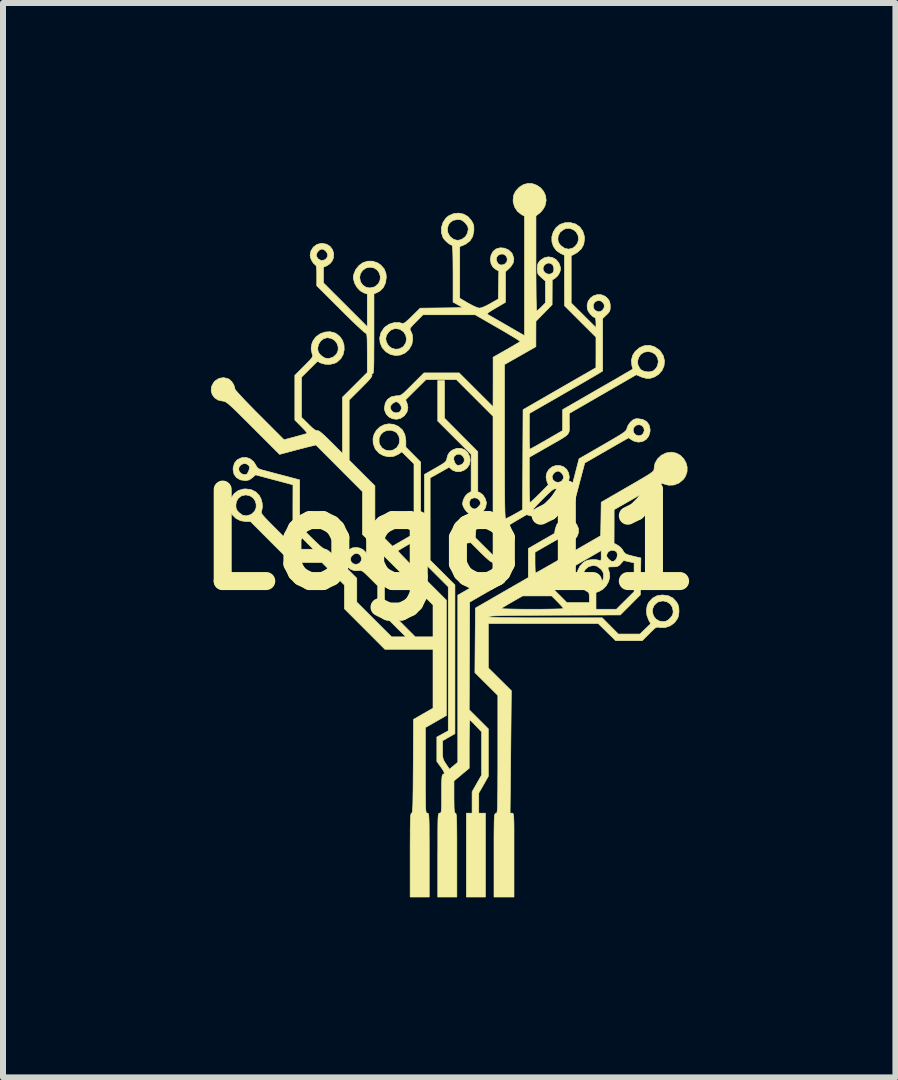
<source format=kicad_pcb>
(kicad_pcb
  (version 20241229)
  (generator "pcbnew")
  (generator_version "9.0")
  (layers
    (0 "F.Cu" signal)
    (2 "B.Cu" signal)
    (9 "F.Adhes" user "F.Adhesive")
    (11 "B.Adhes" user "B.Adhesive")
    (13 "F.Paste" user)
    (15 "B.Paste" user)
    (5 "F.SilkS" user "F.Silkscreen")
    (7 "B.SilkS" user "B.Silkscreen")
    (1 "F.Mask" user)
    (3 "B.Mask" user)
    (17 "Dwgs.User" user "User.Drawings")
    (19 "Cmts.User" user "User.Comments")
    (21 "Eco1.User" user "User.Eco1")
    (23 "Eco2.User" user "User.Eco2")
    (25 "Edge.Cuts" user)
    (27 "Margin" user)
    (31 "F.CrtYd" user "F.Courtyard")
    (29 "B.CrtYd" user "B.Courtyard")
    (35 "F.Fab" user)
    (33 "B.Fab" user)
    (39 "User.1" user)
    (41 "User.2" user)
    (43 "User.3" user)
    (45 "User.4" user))
  (footprint "Logo11"
    (layer "F.Cu")
    (at 4.434 5.941)
    (property "Reference" "Logo11" (at 0 0 0) (layer "F.SilkS") (effects (font (size 1.524 1.524) (thickness 0.3))))
    (attr through_hole)
    (fp_poly (pts (xy -0.079 -2.025) (xy 0.198 -1.746) (xy 0.476 -1.466) (xy 0.476 -0.799) (xy 0.516 -0.781) (xy 0.561 -0.746) (xy 0.597 -0.691) (xy 0.617 -0.63) (xy 0.619 -0.606) (xy 0.605 -0.534) (xy 0.567 -0.476) (xy 0.512 -0.434) (xy 0.445 -0.414) (xy 0.374 -0.418) (xy 0.334 -0.433) (xy 0.293 -0.465) (xy 0.255 -0.513) (xy 0.229 -0.565) (xy 0.222 -0.598) (xy 0.228 -0.632) (xy 0.336 -0.632) (xy 0.336 -0.584) (xy 0.358 -0.542) (xy 0.369 -0.533) (xy 0.41 -0.511) (xy 0.445 -0.515) (xy 0.484 -0.546) (xy 0.485 -0.547) (xy 0.516 -0.586) (xy 0.521 -0.621) (xy 0.5 -0.662) (xy 0.499 -0.663) (xy 0.462 -0.691) (xy 0.415 -0.698) (xy 0.37 -0.683) (xy 0.358 -0.674) (xy 0.336 -0.632) (xy 0.228 -0.632) (xy 0.234 -0.662) (xy 0.265 -0.723) (xy 0.307 -0.768) (xy 0.317 -0.774) (xy 0.365 -0.802) (xy 0.365 -1.111) (xy 0.365 -1.421) (xy 0.087 -1.699) (xy -0.191 -1.976) (xy -0.191 -2.651) (xy -0.079 -2.651) (xy -0.079 -2.025)) (stroke (width 0.01) (type solid)) (fill yes) (layer "F.SilkS"))
    (fp_poly (pts (xy 3.782 -1.442) (xy 3.85 -1.405) (xy 3.905 -1.35) (xy 3.944 -1.283) (xy 3.964 -1.208) (xy 3.962 -1.129) (xy 3.934 -1.053) (xy 3.901 -1.005) (xy 3.828 -0.944) (xy 3.745 -0.911) (xy 3.656 -0.907) (xy 3.582 -0.927) (xy 3.566 -0.933) (xy 3.55 -0.936) (xy 3.532 -0.934) (xy 3.506 -0.926) (xy 3.471 -0.911) (xy 3.423 -0.886) (xy 3.358 -0.85) (xy 3.273 -0.802) (xy 3.164 -0.739) (xy 3.138 -0.724) (xy 2.747 -0.5) (xy 2.747 -0.22) (xy 2.746 0.06) (xy 2.804 0.091) (xy 2.85 0.124) (xy 2.888 0.168) (xy 2.891 0.175) (xy 2.909 0.206) (xy 2.928 0.227) (xy 2.954 0.243) (xy 2.995 0.257) (xy 3.058 0.273) (xy 3.077 0.278) (xy 3.193 0.305) (xy 3.188 0.613) (xy 3.183 0.92) (xy 3.017 1.087) (xy 2.85 1.254) (xy 1.756 1.258) (xy 1.534 1.259) (xy 1.342 1.26) (xy 1.177 1.261) (xy 1.039 1.263) (xy 0.926 1.264) (xy 0.835 1.267) (xy 0.765 1.269) (xy 0.714 1.272) (xy 0.679 1.275) (xy 0.66 1.278) (xy 0.655 1.282) (xy 0.659 1.286) (xy 0.677 1.29) (xy 0.711 1.293) (xy 0.761 1.295) (xy 0.831 1.297) (xy 0.923 1.299) (xy 1.038 1.3) (xy 1.178 1.301) (xy 1.345 1.302) (xy 1.542 1.302) (xy 1.598 1.302) (xy 2.549 1.302) (xy 2.683 1.437) (xy 2.817 1.572) (xy 2.997 1.572) (xy 3.178 1.572) (xy 3.267 1.486) (xy 3.357 1.4) (xy 3.322 1.337) (xy 3.293 1.26) (xy 3.289 1.213) (xy 3.386 1.213) (xy 3.405 1.272) (xy 3.442 1.321) (xy 3.496 1.354) (xy 3.558 1.365) (xy 3.606 1.36) (xy 3.645 1.34) (xy 3.677 1.311) (xy 3.712 1.269) (xy 3.728 1.229) (xy 3.731 1.192) (xy 3.717 1.124) (xy 3.68 1.07) (xy 3.626 1.034) (xy 3.563 1.02) (xy 3.496 1.031) (xy 3.464 1.047) (xy 3.414 1.094) (xy 3.389 1.152) (xy 3.386 1.213) (xy 3.289 1.213) (xy 3.285 1.176) (xy 3.298 1.097) (xy 3.322 1.047) (xy 3.385 0.976) (xy 3.459 0.935) (xy 3.548 0.921) (xy 3.551 0.921) (xy 3.647 0.933) (xy 3.725 0.972) (xy 3.787 1.039) (xy 3.81 1.078) (xy 3.825 1.132) (xy 3.828 1.2) (xy 3.82 1.268) (xy 3.804 1.313) (xy 3.753 1.383) (xy 3.683 1.434) (xy 3.604 1.462) (xy 3.522 1.465) (xy 3.506 1.462) (xy 3.479 1.457) (xy 3.457 1.459) (xy 3.433 1.47) (xy 3.403 1.496) (xy 3.358 1.539) (xy 3.332 1.566) (xy 3.215 1.683) (xy 2.995 1.683) (xy 2.774 1.683) (xy 2.482 1.397) (xy 0.651 1.397) (xy 0.651 2.136) (xy 0.843 2.326) (xy 1.035 2.516) (xy 1.025 3.536) (xy 1.014 4.556) (xy 1.047 4.556) (xy 1.055 4.557) (xy 1.061 4.56) (xy 1.066 4.569) (xy 1.07 4.587) (xy 1.074 4.615) (xy 1.076 4.658) (xy 1.078 4.718) (xy 1.079 4.797) (xy 1.079 4.898) (xy 1.079 5.024) (xy 1.079 5.178) (xy 1.079 5.255) (xy 1.079 5.953) (xy 0.746 5.953) (xy 0.746 5.261) (xy 0.746 5.095) (xy 0.746 4.958) (xy 0.747 4.847) (xy 0.748 4.759) (xy 0.749 4.691) (xy 0.751 4.642) (xy 0.754 4.607) (xy 0.758 4.585) (xy 0.763 4.571) (xy 0.769 4.564) (xy 0.776 4.561) (xy 0.778 4.561) (xy 0.784 4.558) (xy 0.79 4.554) (xy 0.795 4.544) (xy 0.798 4.527) (xy 0.802 4.5) (xy 0.804 4.462) (xy 0.806 4.409) (xy 0.807 4.34) (xy 0.808 4.251) (xy 0.809 4.141) (xy 0.809 4.008) (xy 0.81 3.848) (xy 0.81 3.66) (xy 0.81 3.574) (xy 0.81 2.595) (xy 0.428 2.215) (xy 0.432 1.677) (xy 0.437 1.146) (xy 0.866 1.146) (xy 0.878 1.149) (xy 0.917 1.152) (xy 0.982 1.154) (xy 1.067 1.156) (xy 1.17 1.158) (xy 1.287 1.159) (xy 1.378 1.159) (xy 1.504 1.159) (xy 1.619 1.158) (xy 1.719 1.156) (xy 1.802 1.154) (xy 1.862 1.152) (xy 1.898 1.149) (xy 1.905 1.147) (xy 1.895 1.132) (xy 1.867 1.1) (xy 1.826 1.057) (xy 1.806 1.036) (xy 1.707 0.937) (xy 1.222 0.937) (xy 1.051 1.035) (xy 0.985 1.073) (xy 0.928 1.107) (xy 0.886 1.132) (xy 0.866 1.146) (xy 0.866 1.146) (xy 0.437 1.146) (xy 0.437 1.139) (xy 0.877 0.885) (xy 0.994 0.818) (xy 1.426 0.818) (xy 1.583 0.822) (xy 1.74 0.827) (xy 1.85 0.937) (xy 1.96 1.048) (xy 2.334 1.048) (xy 2.334 0.962) (xy 2.332 0.912) (xy 2.325 0.884) (xy 2.321 0.88) (xy 2.445 0.88) (xy 2.445 1.159) (xy 2.785 1.159) (xy 2.933 1.012) (xy 3.08 0.866) (xy 3.08 0.386) (xy 2.993 0.367) (xy 2.906 0.347) (xy 2.859 0.4) (xy 2.829 0.431) (xy 2.799 0.446) (xy 2.758 0.452) (xy 2.724 0.452) (xy 2.673 0.454) (xy 2.648 0.459) (xy 2.643 0.471) (xy 2.645 0.476) (xy 2.656 0.508) (xy 2.669 0.551) (xy 2.669 0.551) (xy 2.675 0.622) (xy 2.655 0.697) (xy 2.616 0.768) (xy 2.56 0.825) (xy 2.499 0.86) (xy 2.445 0.88) (xy 2.321 0.88) (xy 2.308 0.867) (xy 2.288 0.858) (xy 2.216 0.813) (xy 2.165 0.75) (xy 2.135 0.675) (xy 2.128 0.606) (xy 2.223 0.606) (xy 2.234 0.654) (xy 2.261 0.704) (xy 2.297 0.746) (xy 2.322 0.762) (xy 2.396 0.778) (xy 2.462 0.764) (xy 2.518 0.724) (xy 2.553 0.682) (xy 2.569 0.643) (xy 2.572 0.603) (xy 2.567 0.555) (xy 2.548 0.516) (xy 2.518 0.483) (xy 2.459 0.44) (xy 2.396 0.429) (xy 2.327 0.448) (xy 2.317 0.453) (xy 2.269 0.493) (xy 2.235 0.55) (xy 2.223 0.606) (xy 2.128 0.606) (xy 2.127 0.595) (xy 2.141 0.515) (xy 2.177 0.442) (xy 2.234 0.381) (xy 2.275 0.355) (xy 2.323 0.339) (xy 2.385 0.332) (xy 2.447 0.333) (xy 2.496 0.343) (xy 2.503 0.346) (xy 2.519 0.352) (xy 2.528 0.344) (xy 2.532 0.315) (xy 2.532 0.271) (xy 2.532 0.251) (xy 2.623 0.251) (xy 2.627 0.286) (xy 2.657 0.325) (xy 2.658 0.326) (xy 2.699 0.358) (xy 2.735 0.362) (xy 2.765 0.345) (xy 2.79 0.31) (xy 2.801 0.264) (xy 2.796 0.22) (xy 2.784 0.199) (xy 2.743 0.177) (xy 2.695 0.178) (xy 2.653 0.199) (xy 2.644 0.21) (xy 2.623 0.251) (xy 2.532 0.251) (xy 2.532 0.181) (xy 2.191 0.378) (xy 2.081 0.441) (xy 1.966 0.508) (xy 1.853 0.573) (xy 1.75 0.632) (xy 1.664 0.681) (xy 1.638 0.696) (xy 1.426 0.818) (xy 0.994 0.818) (xy 1.318 0.631) (xy 1.318 0.147) (xy 1.536 0.021) (xy 1.754 -0.104) (xy 1.765 -0.169) (xy 1.867 -0.169) (xy 1.87 -0.122) (xy 1.893 -0.083) (xy 1.922 -0.068) (xy 1.966 -0.064) (xy 2.009 -0.072) (xy 2.032 -0.087) (xy 2.051 -0.132) (xy 2.046 -0.182) (xy 2.019 -0.223) (xy 2.016 -0.225) (xy 1.975 -0.25) (xy 1.939 -0.247) (xy 1.899 -0.217) (xy 1.895 -0.214) (xy 1.867 -0.169) (xy 1.765 -0.169) (xy 1.766 -0.175) (xy 1.792 -0.251) (xy 1.841 -0.307) (xy 1.909 -0.339) (xy 1.939 -0.344) (xy 2.013 -0.34) (xy 2.072 -0.312) (xy 2.123 -0.255) (xy 2.153 -0.186) (xy 2.153 -0.114) (xy 2.127 -0.048) (xy 2.073 0.007) (xy 2.059 0.017) (xy 1.987 0.044) (xy 1.915 0.04) (xy 1.864 0.018) (xy 1.815 -0.012) (xy 1.622 0.098) (xy 1.429 0.209) (xy 1.429 0.382) (xy 1.43 0.452) (xy 1.432 0.509) (xy 1.435 0.545) (xy 1.438 0.556) (xy 1.454 0.548) (xy 1.494 0.526) (xy 1.555 0.492) (xy 1.635 0.446) (xy 1.73 0.392) (xy 1.838 0.33) (xy 1.955 0.263) (xy 1.986 0.245) (xy 2.523 -0.066) (xy 2.528 -0.345) (xy 2.532 -0.624) (xy 2.973 -0.879) (xy 3.094 -0.949) (xy 3.191 -1.006) (xy 3.266 -1.05) (xy 3.322 -1.084) (xy 3.361 -1.111) (xy 3.387 -1.131) (xy 3.403 -1.147) (xy 3.41 -1.161) (xy 3.413 -1.175) (xy 3.413 -1.186) (xy 3.428 -1.271) (xy 3.47 -1.346) (xy 3.535 -1.407) (xy 3.618 -1.446) (xy 3.619 -1.446) (xy 3.704 -1.458) (xy 3.782 -1.442)) (stroke (width 0.01) (type solid)) (fill yes) (layer "F.SilkS"))
    (fp_poly (pts (xy -2.045 -4.923) (xy -1.985 -4.886) (xy -1.944 -4.831) (xy -1.924 -4.765) (xy -1.929 -4.694) (xy -1.953 -4.639) (xy -1.99 -4.596) (xy -2.036 -4.565) (xy -2.04 -4.563) (xy -2.095 -4.54) (xy -2.095 -4.278) (xy -1.365 -3.548) (xy -1.365 -3.821) (xy -1.365 -4.093) (xy -1.42 -4.111) (xy -1.483 -4.147) (xy -1.537 -4.204) (xy -1.576 -4.273) (xy -1.596 -4.347) (xy -1.596 -4.369) (xy -1.492 -4.369) (xy -1.479 -4.298) (xy -1.442 -4.243) (xy -1.389 -4.207) (xy -1.325 -4.194) (xy -1.258 -4.207) (xy -1.229 -4.221) (xy -1.178 -4.268) (xy -1.152 -4.325) (xy -1.148 -4.386) (xy -1.166 -4.445) (xy -1.202 -4.495) (xy -1.256 -4.529) (xy -1.32 -4.54) (xy -1.387 -4.526) (xy -1.442 -4.487) (xy -1.48 -4.431) (xy -1.492 -4.369) (xy -1.596 -4.369) (xy -1.594 -4.409) (xy -1.559 -4.497) (xy -1.505 -4.566) (xy -1.437 -4.615) (xy -1.359 -4.64) (xy -1.277 -4.64) (xy -1.196 -4.613) (xy -1.143 -4.578) (xy -1.084 -4.512) (xy -1.054 -4.436) (xy -1.048 -4.374) (xy -1.061 -4.279) (xy -1.098 -4.2) (xy -1.158 -4.141) (xy -1.21 -4.113) (xy -1.254 -4.097) (xy -1.254 -3.429) (xy -1.254 -3.266) (xy -1.255 -3.131) (xy -1.255 -3.022) (xy -1.256 -2.937) (xy -1.258 -2.872) (xy -1.261 -2.826) (xy -1.264 -2.794) (xy -1.268 -2.775) (xy -1.273 -2.765) (xy -1.279 -2.762) (xy -1.28 -2.762) (xy -1.297 -2.757) (xy -1.288 -2.742) (xy -1.287 -2.729) (xy -1.3 -2.706) (xy -1.328 -2.67) (xy -1.375 -2.619) (xy -1.442 -2.551) (xy -1.469 -2.523) (xy -1.667 -2.326) (xy -1.667 -1.325) (xy -1.453 -1.111) (xy -1.238 -0.897) (xy -1.238 -0.182) (xy -1.091 -0.037) (xy -0.945 0.109) (xy -0.766 0.005) (xy -0.587 -0.098) (xy -0.587 -1.263) (xy -0.789 -1.463) (xy -0.849 -1.422) (xy -0.925 -1.388) (xy -1.008 -1.381) (xy -1.091 -1.398) (xy -1.165 -1.438) (xy -1.223 -1.5) (xy -1.234 -1.516) (xy -1.266 -1.6) (xy -1.267 -1.624) (xy -1.169 -1.624) (xy -1.158 -1.585) (xy -1.119 -1.528) (xy -1.064 -1.493) (xy -1 -1.481) (xy -0.935 -1.493) (xy -0.877 -1.53) (xy -0.869 -1.539) (xy -0.835 -1.597) (xy -0.826 -1.663) (xy -0.839 -1.726) (xy -0.874 -1.779) (xy -0.907 -1.803) (xy -0.976 -1.824) (xy -1.042 -1.819) (xy -1.099 -1.792) (xy -1.143 -1.748) (xy -1.168 -1.69) (xy -1.169 -1.624) (xy -1.267 -1.624) (xy -1.27 -1.682) (xy -1.251 -1.758) (xy -1.211 -1.825) (xy -1.155 -1.878) (xy -1.086 -1.914) (xy -1.009 -1.93) (xy -0.927 -1.922) (xy -0.846 -1.887) (xy -0.78 -1.829) (xy -0.739 -1.752) (xy -0.723 -1.655) (xy -0.723 -1.64) (xy -0.722 -1.541) (xy -0.599 -1.417) (xy -0.476 -1.293) (xy -0.476 -0.036) (xy -0.663 0.071) (xy -0.732 0.111) (xy -0.79 0.145) (xy -0.833 0.171) (xy -0.855 0.184) (xy -0.857 0.185) (xy -0.847 0.198) (xy -0.818 0.23) (xy -0.771 0.279) (xy -0.709 0.343) (xy -0.634 0.42) (xy -0.549 0.506) (xy -0.456 0.599) (xy -0.456 0.6) (xy -0.048 1.008) (xy -0.048 2.93) (xy -0.397 3.13) (xy -0.397 3.843) (xy -0.397 4.012) (xy -0.397 4.152) (xy -0.396 4.265) (xy -0.395 4.355) (xy -0.394 4.425) (xy -0.392 4.476) (xy -0.389 4.512) (xy -0.386 4.535) (xy -0.381 4.548) (xy -0.376 4.554) (xy -0.369 4.556) (xy -0.365 4.556) (xy -0.358 4.557) (xy -0.351 4.561) (xy -0.346 4.571) (xy -0.342 4.59) (xy -0.339 4.62) (xy -0.337 4.665) (xy -0.335 4.726) (xy -0.334 4.808) (xy -0.334 4.912) (xy -0.333 5.041) (xy -0.333 5.199) (xy -0.333 5.255) (xy -0.333 5.953) (xy -0.651 5.953) (xy -0.651 5.255) (xy -0.651 5.086) (xy -0.65 4.946) (xy -0.65 4.832) (xy -0.648 4.743) (xy -0.647 4.674) (xy -0.644 4.624) (xy -0.641 4.59) (xy -0.637 4.569) (xy -0.632 4.559) (xy -0.627 4.556) (xy -0.622 4.553) (xy -0.617 4.542) (xy -0.613 4.52) (xy -0.61 4.485) (xy -0.607 4.434) (xy -0.605 4.366) (xy -0.604 4.277) (xy -0.602 4.164) (xy -0.601 4.026) (xy -0.6 3.86) (xy -0.599 3.775) (xy -0.595 2.994) (xy -0.433 2.901) (xy -0.27 2.807) (xy -0.27 1.826) (xy -1.072 1.826) (xy -1.409 1.488) (xy -1.746 1.151) (xy -1.746 0.755) (xy -1.933 0.568) (xy -2.119 0.381) (xy -2.628 0.381) (xy -2.969 0.04) (xy -3.31 -0.302) (xy -3.387 -0.302) (xy -3.477 -0.316) (xy -3.553 -0.354) (xy -3.611 -0.412) (xy -3.649 -0.484) (xy -3.664 -0.565) (xy -3.662 -0.574) (xy -3.555 -0.574) (xy -3.551 -0.525) (xy -3.534 -0.487) (xy -3.502 -0.451) (xy -3.442 -0.408) (xy -3.378 -0.397) (xy -3.31 -0.417) (xy -3.292 -0.427) (xy -3.243 -0.473) (xy -3.218 -0.529) (xy -3.216 -0.59) (xy -3.234 -0.649) (xy -3.271 -0.699) (xy -3.324 -0.733) (xy -3.39 -0.746) (xy -3.458 -0.732) (xy -3.512 -0.693) (xy -3.546 -0.634) (xy -3.555 -0.574) (xy -3.662 -0.574) (xy -3.651 -0.651) (xy -3.635 -0.691) (xy -3.582 -0.768) (xy -3.512 -0.82) (xy -3.426 -0.844) (xy -3.393 -0.846) (xy -3.3 -0.834) (xy -3.225 -0.797) (xy -3.165 -0.737) (xy -3.135 -0.68) (xy -3.116 -0.61) (xy -3.112 -0.541) (xy -3.124 -0.484) (xy -3.127 -0.476) (xy -3.132 -0.464) (xy -3.131 -0.451) (xy -3.123 -0.433) (xy -3.105 -0.408) (xy -3.074 -0.372) (xy -3.029 -0.324) (xy -2.967 -0.261) (xy -2.885 -0.179) (xy -2.847 -0.141) (xy -2.548 0.159) (xy -2.405 0.159) (xy -2.263 0.159) (xy -2.604 -0.183) (xy -2.604 -0.548) (xy -2.603 -0.914) (xy -2.915 -0.997) (xy -3.226 -1.08) (xy -3.281 -1.032) (xy -3.33 -0.997) (xy -3.382 -0.985) (xy -3.399 -0.984) (xy -3.481 -0.997) (xy -3.544 -1.034) (xy -3.585 -1.09) (xy -3.601 -1.165) (xy -3.601 -1.171) (xy -3.508 -1.171) (xy -3.495 -1.131) (xy -3.462 -1.099) (xy -3.42 -1.083) (xy -3.379 -1.088) (xy -3.372 -1.092) (xy -3.356 -1.114) (xy -3.338 -1.152) (xy -3.336 -1.158) (xy -3.326 -1.198) (xy -3.332 -1.224) (xy -3.344 -1.241) (xy -3.385 -1.266) (xy -3.43 -1.266) (xy -3.472 -1.246) (xy -3.501 -1.209) (xy -3.508 -1.171) (xy -3.601 -1.171) (xy -3.599 -1.202) (xy -3.577 -1.277) (xy -3.53 -1.332) (xy -3.46 -1.365) (xy -3.457 -1.366) (xy -3.384 -1.371) (xy -3.316 -1.347) (xy -3.258 -1.299) (xy -3.226 -1.249) (xy -3.202 -1.207) (xy -3.174 -1.182) (xy -3.129 -1.165) (xy -3.117 -1.162) (xy -3.076 -1.151) (xy -3.011 -1.134) (xy -2.93 -1.112) (xy -2.838 -1.088) (xy -2.766 -1.069) (xy -2.492 -0.996) (xy -2.492 -0.23) (xy -2.298 -0.035) (xy -2.219 0.041) (xy -2.159 0.097) (xy -2.115 0.134) (xy -2.083 0.153) (xy -2.063 0.159) (xy -2.043 0.165) (xy -2.014 0.184) (xy -1.971 0.219) (xy -1.915 0.271) (xy -1.84 0.343) (xy -1.782 0.401) (xy -1.54 0.643) (xy -1.54 0.842) (xy -1.54 1.04) (xy -0.96 1.619) (xy -0.723 1.619) (xy -0.957 1.385) (xy -1.191 1.151) (xy -1.191 0.769) (xy -1.323 0.637) (xy -1.38 0.581) (xy -1.42 0.544) (xy -1.449 0.523) (xy -1.472 0.514) (xy -1.494 0.513) (xy -1.511 0.516) (xy -1.584 0.516) (xy -1.648 0.49) (xy -1.699 0.444) (xy -1.733 0.385) (xy -1.742 0.339) (xy -1.645 0.339) (xy -1.628 0.377) (xy -1.595 0.403) (xy -1.552 0.412) (xy -1.507 0.399) (xy -1.49 0.386) (xy -1.464 0.347) (xy -1.462 0.303) (xy -1.479 0.264) (xy -1.511 0.236) (xy -1.553 0.228) (xy -1.58 0.236) (xy -1.618 0.264) (xy -1.638 0.293) (xy -1.645 0.339) (xy -1.742 0.339) (xy -1.746 0.318) (xy -1.733 0.249) (xy -1.72 0.222) (xy -1.672 0.167) (xy -1.614 0.137) (xy -1.551 0.129) (xy -1.488 0.14) (xy -1.432 0.169) (xy -1.387 0.214) (xy -1.359 0.271) (xy -1.355 0.338) (xy -1.36 0.366) (xy -1.376 0.426) (xy -1.228 0.574) (xy -1.079 0.722) (xy -1.079 0.912) (xy -1.079 1.103) (xy -0.566 1.619) (xy -0.27 1.619) (xy -0.27 1.087) (xy -1.445 -0.087) (xy -1.445 -0.8) (xy -1.833 -1.189) (xy -2.221 -1.578) (xy -2.321 -1.553) (xy -2.376 -1.54) (xy -2.452 -1.52) (xy -2.538 -1.498) (xy -2.624 -1.475) (xy -2.826 -1.421) (xy -3.268 -1.863) (xy -3.38 -1.975) (xy -3.472 -2.066) (xy -3.545 -2.139) (xy -3.604 -2.195) (xy -3.65 -2.237) (xy -3.685 -2.267) (xy -3.712 -2.287) (xy -3.733 -2.299) (xy -3.751 -2.306) (xy -3.768 -2.308) (xy -3.774 -2.309) (xy -3.85 -2.326) (xy -3.909 -2.364) (xy -3.949 -2.419) (xy -3.966 -2.483) (xy -3.96 -2.55) (xy -3.927 -2.615) (xy -3.899 -2.647) (xy -3.832 -2.688) (xy -3.759 -2.7) (xy -3.685 -2.682) (xy -3.666 -2.672) (xy -3.623 -2.633) (xy -3.589 -2.579) (xy -3.572 -2.523) (xy -3.572 -2.514) (xy -3.561 -2.495) (xy -3.529 -2.457) (xy -3.478 -2.4) (xy -3.41 -2.328) (xy -3.327 -2.242) (xy -3.231 -2.144) (xy -3.162 -2.075) (xy -2.752 -1.665) (xy -2.563 -1.715) (xy -2.49 -1.735) (xy -2.429 -1.752) (xy -2.385 -1.765) (xy -2.366 -1.772) (xy -2.366 -1.772) (xy -2.374 -1.786) (xy -2.399 -1.816) (xy -2.438 -1.858) (xy -2.465 -1.886) (xy -2.572 -1.993) (xy -2.572 -2.365) (xy -2.572 -2.738) (xy -2.419 -2.891) (xy -2.358 -2.953) (xy -2.316 -2.997) (xy -2.291 -3.027) (xy -2.278 -3.05) (xy -2.276 -3.068) (xy -2.281 -3.088) (xy -2.284 -3.096) (xy -2.301 -3.18) (xy -2.299 -3.191) (xy -2.191 -3.191) (xy -2.186 -3.142) (xy -2.167 -3.104) (xy -2.137 -3.07) (xy -2.077 -3.028) (xy -2.013 -3.016) (xy -1.945 -3.037) (xy -1.926 -3.047) (xy -1.877 -3.093) (xy -1.852 -3.149) (xy -1.85 -3.209) (xy -1.868 -3.267) (xy -1.906 -3.317) (xy -1.959 -3.352) (xy -2.028 -3.365) (xy -2.03 -3.365) (xy -2.089 -3.351) (xy -2.14 -3.312) (xy -2.176 -3.257) (xy -2.191 -3.194) (xy -2.191 -3.191) (xy -2.299 -3.191) (xy -2.289 -3.262) (xy -2.269 -3.313) (xy -2.219 -3.381) (xy -2.15 -3.43) (xy -2.07 -3.459) (xy -1.985 -3.465) (xy -1.904 -3.444) (xy -1.893 -3.439) (xy -1.825 -3.388) (xy -1.778 -3.321) (xy -1.753 -3.244) (xy -1.75 -3.164) (xy -1.767 -3.086) (xy -1.806 -3.016) (xy -1.865 -2.961) (xy -1.913 -2.937) (xy -1.987 -2.921) (xy -2.068 -2.923) (xy -2.138 -2.942) (xy -2.143 -2.945) (xy -2.195 -2.972) (xy -2.328 -2.84) (xy -2.461 -2.707) (xy -2.461 -2.373) (xy -2.461 -2.039) (xy -2.343 -1.922) (xy -2.285 -1.866) (xy -2.243 -1.832) (xy -2.214 -1.816) (xy -2.197 -1.816) (xy -2.181 -1.815) (xy -2.155 -1.8) (xy -2.117 -1.769) (xy -2.064 -1.721) (xy -1.993 -1.651) (xy -1.973 -1.632) (xy -1.778 -1.437) (xy -1.778 -2.374) (xy -1.365 -2.786) (xy -1.365 -3.116) (xy -1.366 -3.235) (xy -1.367 -3.325) (xy -1.37 -3.386) (xy -1.375 -3.423) (xy -1.381 -3.436) (xy -1.383 -3.436) (xy -1.398 -3.444) (xy -1.434 -3.473) (xy -1.487 -3.521) (xy -1.557 -3.586) (xy -1.64 -3.666) (xy -1.736 -3.76) (xy -1.804 -3.828) (xy -2.207 -4.23) (xy -2.207 -4.4) (xy -2.207 -4.478) (xy -2.211 -4.53) (xy -2.217 -4.561) (xy -2.226 -4.575) (xy -2.23 -4.578) (xy -2.26 -4.602) (xy -2.288 -4.645) (xy -2.31 -4.695) (xy -2.315 -4.724) (xy -2.213 -4.724) (xy -2.185 -4.679) (xy -2.14 -4.654) (xy -2.119 -4.651) (xy -2.079 -4.661) (xy -2.06 -4.671) (xy -2.035 -4.703) (xy -2.025 -4.724) (xy -2.028 -4.764) (xy -2.052 -4.803) (xy -2.088 -4.833) (xy -2.119 -4.842) (xy -2.158 -4.829) (xy -2.192 -4.796) (xy -2.213 -4.756) (xy -2.213 -4.724) (xy -2.315 -4.724) (xy -2.318 -4.736) (xy -2.303 -4.812) (xy -2.264 -4.874) (xy -2.205 -4.918) (xy -2.133 -4.937) (xy -2.119 -4.937) (xy -2.045 -4.923)) (stroke (width 0.01) (type solid)) (fill yes) (layer "F.SilkS"))
    (fp_poly (pts (xy 1.391 -5.93) (xy 1.463 -5.903) (xy 1.525 -5.859) (xy 1.574 -5.8) (xy 1.605 -5.73) (xy 1.615 -5.652) (xy 1.597 -5.568) (xy 1.591 -5.552) (xy 1.559 -5.498) (xy 1.516 -5.449) (xy 1.502 -5.438) (xy 1.445 -5.394) (xy 1.445 -4.602) (xy 1.445 -4.447) (xy 1.446 -4.302) (xy 1.447 -4.169) (xy 1.448 -4.054) (xy 1.45 -3.957) (xy 1.452 -3.882) (xy 1.454 -3.832) (xy 1.457 -3.811) (xy 1.457 -3.81) (xy 1.474 -3.821) (xy 1.505 -3.848) (xy 1.537 -3.878) (xy 1.603 -3.946) (xy 1.603 -4.309) (xy 1.536 -4.367) (xy 1.497 -4.403) (xy 1.477 -4.432) (xy 1.47 -4.468) (xy 1.468 -4.514) (xy 1.469 -4.517) (xy 1.562 -4.517) (xy 1.573 -4.477) (xy 1.601 -4.444) (xy 1.64 -4.425) (xy 1.683 -4.424) (xy 1.723 -4.445) (xy 1.731 -4.454) (xy 1.742 -4.483) (xy 1.743 -4.526) (xy 1.743 -4.527) (xy 1.726 -4.575) (xy 1.692 -4.603) (xy 1.649 -4.61) (xy 1.605 -4.592) (xy 1.576 -4.561) (xy 1.562 -4.517) (xy 1.469 -4.517) (xy 1.471 -4.569) (xy 1.481 -4.606) (xy 1.503 -4.637) (xy 1.518 -4.653) (xy 1.581 -4.696) (xy 1.65 -4.712) (xy 1.718 -4.702) (xy 1.779 -4.668) (xy 1.826 -4.611) (xy 1.84 -4.577) (xy 1.854 -4.53) (xy 1.853 -4.493) (xy 1.84 -4.451) (xy 1.808 -4.397) (xy 1.766 -4.358) (xy 1.716 -4.326) (xy 1.715 -4.121) (xy 1.714 -3.915) (xy 1.58 -3.777) (xy 1.445 -3.639) (xy 1.444 -3.427) (xy 1.444 -3.215) (xy 1.182 -3.066) (xy 0.921 -2.918) (xy 0.921 -1.633) (xy 0.921 -1.382) (xy 0.921 -1.162) (xy 0.922 -0.971) (xy 0.923 -0.808) (xy 0.924 -0.671) (xy 0.926 -0.561) (xy 0.928 -0.475) (xy 0.931 -0.412) (xy 0.933 -0.372) (xy 0.937 -0.352) (xy 0.938 -0.349) (xy 0.959 -0.357) (xy 1 -0.377) (xy 1.055 -0.406) (xy 1.089 -0.425) (xy 1.222 -0.5) (xy 1.226 -1.333) (xy 1.23 -2.166) (xy 1.837 -2.516) (xy 2.444 -2.865) (xy 2.445 -3.12) (xy 2.445 -3.374) (xy 2.183 -3.635) (xy 1.921 -3.897) (xy 1.92 -4.318) (xy 1.92 -4.739) (xy 1.857 -4.768) (xy 1.786 -4.816) (xy 1.737 -4.883) (xy 1.711 -4.961) (xy 1.71 -5.011) (xy 1.81 -5.011) (xy 1.816 -4.964) (xy 1.838 -4.924) (xy 1.864 -4.896) (xy 1.925 -4.853) (xy 1.991 -4.84) (xy 2.057 -4.858) (xy 2.094 -4.883) (xy 2.137 -4.938) (xy 2.155 -5.002) (xy 2.147 -5.067) (xy 2.115 -5.126) (xy 2.073 -5.161) (xy 2.009 -5.188) (xy 1.946 -5.184) (xy 1.905 -5.167) (xy 1.847 -5.122) (xy 1.816 -5.061) (xy 1.81 -5.011) (xy 1.71 -5.011) (xy 1.709 -5.044) (xy 1.733 -5.126) (xy 1.779 -5.198) (xy 1.847 -5.253) (xy 1.93 -5.281) (xy 2.017 -5.283) (xy 2.104 -5.26) (xy 2.174 -5.212) (xy 2.224 -5.143) (xy 2.251 -5.057) (xy 2.254 -5.009) (xy 2.241 -4.92) (xy 2.201 -4.846) (xy 2.132 -4.784) (xy 2.084 -4.756) (xy 2.032 -4.73) (xy 2.032 -3.944) (xy 2.445 -3.533) (xy 2.445 -3.616) (xy 2.442 -3.662) (xy 2.436 -3.692) (xy 2.43 -3.699) (xy 2.401 -3.711) (xy 2.365 -3.743) (xy 2.331 -3.783) (xy 2.307 -3.825) (xy 2.304 -3.835) (xy 2.3 -3.87) (xy 2.4 -3.87) (xy 2.421 -3.829) (xy 2.432 -3.819) (xy 2.483 -3.796) (xy 2.528 -3.805) (xy 2.556 -3.826) (xy 2.582 -3.869) (xy 2.583 -3.912) (xy 2.563 -3.949) (xy 2.53 -3.976) (xy 2.488 -3.985) (xy 2.443 -3.971) (xy 2.426 -3.958) (xy 2.401 -3.918) (xy 2.4 -3.87) (xy 2.3 -3.87) (xy 2.297 -3.909) (xy 2.315 -3.974) (xy 2.354 -4.027) (xy 2.406 -4.064) (xy 2.468 -4.083) (xy 2.533 -4.081) (xy 2.596 -4.056) (xy 2.642 -4.015) (xy 2.669 -3.973) (xy 2.681 -3.926) (xy 2.683 -3.886) (xy 2.681 -3.836) (xy 2.669 -3.801) (xy 2.643 -3.768) (xy 2.619 -3.745) (xy 2.556 -3.684) (xy 2.556 -2.81) (xy 2.485 -2.766) (xy 2.456 -2.749) (xy 2.402 -2.717) (xy 2.328 -2.674) (xy 2.237 -2.621) (xy 2.132 -2.561) (xy 2.017 -2.495) (xy 1.895 -2.425) (xy 1.875 -2.413) (xy 1.335 -2.103) (xy 1.334 -1.806) (xy 1.334 -1.713) (xy 1.336 -1.631) (xy 1.338 -1.567) (xy 1.34 -1.524) (xy 1.343 -1.508) (xy 1.343 -1.508) (xy 1.36 -1.516) (xy 1.399 -1.537) (xy 1.457 -1.569) (xy 1.529 -1.61) (xy 1.612 -1.657) (xy 1.621 -1.663) (xy 1.889 -1.818) (xy 1.889 -1.992) (xy 1.89 -2.167) (xy 2.274 -2.388) (xy 2.388 -2.454) (xy 2.504 -2.521) (xy 2.617 -2.586) (xy 2.72 -2.645) (xy 2.807 -2.695) (xy 2.859 -2.726) (xy 3.059 -2.842) (xy 3.043 -2.902) (xy 3.037 -2.975) (xy 3.138 -2.975) (xy 3.144 -2.912) (xy 3.173 -2.855) (xy 3.201 -2.826) (xy 3.255 -2.802) (xy 3.32 -2.794) (xy 3.382 -2.805) (xy 3.411 -2.82) (xy 3.443 -2.853) (xy 3.47 -2.897) (xy 3.47 -2.898) (xy 3.484 -2.967) (xy 3.47 -3.032) (xy 3.434 -3.086) (xy 3.378 -3.122) (xy 3.311 -3.135) (xy 3.243 -3.122) (xy 3.19 -3.086) (xy 3.155 -3.035) (xy 3.138 -2.975) (xy 3.037 -2.975) (xy 3.035 -2.99) (xy 3.058 -3.074) (xy 3.1 -3.138) (xy 3.173 -3.2) (xy 3.254 -3.233) (xy 3.339 -3.238) (xy 3.422 -3.213) (xy 3.498 -3.161) (xy 3.52 -3.138) (xy 3.567 -3.063) (xy 3.586 -2.981) (xy 3.579 -2.899) (xy 3.547 -2.822) (xy 3.491 -2.757) (xy 3.423 -2.713) (xy 3.352 -2.689) (xy 3.287 -2.687) (xy 3.215 -2.706) (xy 3.192 -2.715) (xy 3.117 -2.748) (xy 2.558 -2.426) (xy 2 -2.104) (xy 2 -1.934) (xy 2.001 -1.881) (xy 2.001 -1.84) (xy 1.999 -1.807) (xy 1.989 -1.779) (xy 1.971 -1.753) (xy 1.941 -1.726) (xy 1.896 -1.696) (xy 1.833 -1.658) (xy 1.749 -1.61) (xy 1.642 -1.549) (xy 1.624 -1.539) (xy 1.334 -1.373) (xy 1.334 -0.996) (xy 1.334 -0.891) (xy 1.336 -0.796) (xy 1.338 -0.718) (xy 1.34 -0.66) (xy 1.343 -0.626) (xy 1.346 -0.619) (xy 1.361 -0.63) (xy 1.394 -0.659) (xy 1.44 -0.702) (xy 1.494 -0.756) (xy 1.505 -0.766) (xy 1.651 -0.914) (xy 1.626 -0.977) (xy 1.613 -1.045) (xy 1.714 -1.045) (xy 1.728 -0.998) (xy 1.762 -0.967) (xy 1.807 -0.954) (xy 1.854 -0.964) (xy 1.876 -0.979) (xy 1.899 -1.014) (xy 1.905 -1.042) (xy 1.892 -1.085) (xy 1.86 -1.122) (xy 1.82 -1.142) (xy 1.81 -1.143) (xy 1.77 -1.129) (xy 1.734 -1.096) (xy 1.715 -1.055) (xy 1.714 -1.045) (xy 1.613 -1.045) (xy 1.613 -1.048) (xy 1.626 -1.114) (xy 1.661 -1.17) (xy 1.712 -1.212) (xy 1.775 -1.235) (xy 1.845 -1.235) (xy 1.906 -1.214) (xy 1.957 -1.171) (xy 1.989 -1.111) (xy 2.001 -1.042) (xy 1.989 -0.974) (xy 1.96 -0.923) (xy 1.911 -0.881) (xy 1.85 -0.853) (xy 1.792 -0.845) (xy 1.772 -0.847) (xy 1.755 -0.847) (xy 1.732 -0.837) (xy 1.7 -0.813) (xy 1.655 -0.773) (xy 1.594 -0.713) (xy 1.564 -0.683) (xy 1.505 -0.623) (xy 1.455 -0.571) (xy 1.419 -0.531) (xy 1.4 -0.508) (xy 1.398 -0.503) (xy 1.416 -0.496) (xy 1.456 -0.484) (xy 1.509 -0.469) (xy 1.51 -0.469) (xy 1.615 -0.441) (xy 1.804 -0.568) (xy 1.992 -0.694) (xy 2.078 -1.021) (xy 2.163 -1.348) (xy 2.557 -1.575) (xy 2.671 -1.641) (xy 2.761 -1.694) (xy 2.83 -1.735) (xy 2.88 -1.767) (xy 2.915 -1.791) (xy 2.937 -1.811) (xy 2.944 -1.819) (xy 3.064 -1.819) (xy 3.078 -1.777) (xy 3.11 -1.744) (xy 3.158 -1.73) (xy 3.161 -1.73) (xy 3.207 -1.744) (xy 3.233 -1.771) (xy 3.25 -1.82) (xy 3.241 -1.864) (xy 3.214 -1.898) (xy 3.173 -1.916) (xy 3.125 -1.91) (xy 3.105 -1.899) (xy 3.072 -1.863) (xy 3.064 -1.819) (xy 2.944 -1.819) (xy 2.951 -1.827) (xy 2.958 -1.843) (xy 2.961 -1.856) (xy 2.979 -1.903) (xy 3.013 -1.951) (xy 3.024 -1.963) (xy 3.066 -1.999) (xy 3.106 -2.014) (xy 3.142 -2.016) (xy 3.225 -2.003) (xy 3.289 -1.967) (xy 3.33 -1.911) (xy 3.347 -1.837) (xy 3.345 -1.798) (xy 3.323 -1.725) (xy 3.28 -1.67) (xy 3.221 -1.636) (xy 3.152 -1.625) (xy 3.08 -1.641) (xy 3.031 -1.668) (xy 2.989 -1.698) (xy 2.623 -1.488) (xy 2.258 -1.278) (xy 2.172 -0.953) (xy 2.086 -0.627) (xy 1.858 -0.475) (xy 1.63 -0.324) (xy 1.459 -0.37) (xy 1.288 -0.416) (xy 1.116 -0.316) (xy 1.05 -0.276) (xy 0.993 -0.241) (xy 0.953 -0.215) (xy 0.933 -0.2) (xy 0.933 -0.199) (xy 0.93 -0.18) (xy 0.927 -0.132) (xy 0.925 -0.062) (xy 0.923 0.028) (xy 0.921 0.132) (xy 0.921 0.247) (xy 0.921 0.262) (xy 0.921 0.706) (xy 0.631 0.873) (xy 0.341 1.04) (xy 0.337 1.937) (xy 0.333 2.834) (xy 0.492 2.992) (xy 0.651 3.151) (xy 0.651 3.943) (xy 0.572 4.083) (xy 0.492 4.222) (xy 0.492 4.556) (xy 0.603 4.556) (xy 0.603 5.953) (xy 0.286 5.953) (xy 0.286 4.556) (xy 0.381 4.556) (xy 0.381 4.201) (xy 0.46 4.061) (xy 0.54 3.921) (xy 0.54 3.202) (xy 0.448 3.105) (xy 0.405 3.06) (xy 0.37 3.025) (xy 0.348 3.005) (xy 0.345 3.003) (xy 0.342 3.017) (xy 0.339 3.058) (xy 0.337 3.123) (xy 0.335 3.207) (xy 0.334 3.306) (xy 0.333 3.402) (xy 0.333 3.807) (xy 0.079 4.019) (xy 0.079 4.288) (xy 0.08 4.387) (xy 0.081 4.459) (xy 0.084 4.508) (xy 0.088 4.538) (xy 0.095 4.552) (xy 0.103 4.556) (xy 0.109 4.559) (xy 0.114 4.57) (xy 0.118 4.592) (xy 0.121 4.627) (xy 0.123 4.679) (xy 0.125 4.748) (xy 0.126 4.839) (xy 0.127 4.954) (xy 0.127 5.096) (xy 0.127 5.255) (xy 0.127 5.953) (xy -0.191 5.953) (xy -0.191 5.255) (xy -0.19 5.088) (xy -0.19 4.95) (xy -0.19 4.838) (xy -0.189 4.75) (xy -0.188 4.682) (xy -0.186 4.632) (xy -0.183 4.598) (xy -0.179 4.576) (xy -0.174 4.563) (xy -0.168 4.558) (xy -0.161 4.556) (xy -0.159 4.556) (xy -0.148 4.555) (xy -0.14 4.548) (xy -0.134 4.533) (xy -0.131 4.503) (xy -0.128 4.457) (xy -0.127 4.389) (xy -0.127 4.295) (xy -0.127 4.238) (xy -0.127 4.128) (xy -0.126 4.045) (xy -0.123 3.986) (xy -0.12 3.947) (xy -0.114 3.924) (xy -0.107 3.913) (xy -0.103 3.911) (xy -0.086 3.9) (xy -0.082 3.883) (xy -0.095 3.853) (xy -0.125 3.807) (xy -0.143 3.782) (xy -0.206 3.694) (xy -0.206 3.288) (xy -0.111 3.236) (xy -0.016 3.184) (xy -0.016 1.984) (xy -0.016 0.785) (xy -0.214 0.587) (xy -0.413 0.389) (xy -0.413 -0.349) (xy -0.413 -1.087) (xy -0.231 -1.191) (xy -0.157 -1.234) (xy -0.106 -1.265) (xy -0.073 -1.29) (xy -0.054 -1.311) (xy -0.044 -1.332) (xy -0.041 -1.343) (xy 0.074 -1.343) (xy 0.088 -1.294) (xy 0.11 -1.255) (xy 0.136 -1.24) (xy 0.154 -1.238) (xy 0.197 -1.248) (xy 0.225 -1.265) (xy 0.25 -1.306) (xy 0.249 -1.354) (xy 0.222 -1.397) (xy 0.179 -1.425) (xy 0.133 -1.423) (xy 0.112 -1.413) (xy 0.08 -1.384) (xy 0.074 -1.343) (xy -0.041 -1.343) (xy -0.04 -1.349) (xy -0.022 -1.413) (xy 0.006 -1.457) (xy 0.051 -1.492) (xy 0.053 -1.493) (xy 0.125 -1.522) (xy 0.196 -1.522) (xy 0.259 -1.497) (xy 0.309 -1.449) (xy 0.341 -1.384) (xy 0.349 -1.32) (xy 0.336 -1.252) (xy 0.299 -1.196) (xy 0.246 -1.156) (xy 0.183 -1.134) (xy 0.118 -1.134) (xy 0.057 -1.158) (xy 0.034 -1.176) (xy -0.000374 -1.208) (xy -0.159 -1.118) (xy -0.318 -1.029) (xy -0.318 0.342) (xy 0.095 0.754) (xy 0.095 1.993) (xy 0.095 3.232) (xy -0.008 3.291) (xy -0.111 3.35) (xy -0.111 3.501) (xy -0.111 3.572) (xy -0.107 3.621) (xy -0.099 3.658) (xy -0.084 3.691) (xy -0.058 3.731) (xy -0.054 3.738) (xy 0.004 3.824) (xy 0.143 3.708) (xy 0.143 2.316) (xy 0.143 0.924) (xy 0.433 0.757) (xy 0.722 0.59) (xy 0.727 0.478) (xy 0.728 0.418) (xy 0.725 0.384) (xy 0.717 0.373) (xy 0.711 0.374) (xy 0.693 0.366) (xy 0.657 0.338) (xy 0.607 0.295) (xy 0.549 0.239) (xy 0.525 0.216) (xy 0.36 0.05) (xy 0.286 0.058) (xy 0.203 0.055) (xy 0.136 0.027) (xy 0.087 -0.024) (xy 0.061 -0.094) (xy 0.058 -0.133) (xy 0.06 -0.142) (xy 0.159 -0.142) (xy 0.167 -0.1) (xy 0.195 -0.062) (xy 0.242 -0.036) (xy 0.251 -0.033) (xy 0.267 -0.039) (xy 0.291 -0.05) (xy 0.332 -0.081) (xy 0.348 -0.119) (xy 0.349 -0.134) (xy 0.335 -0.177) (xy 0.3 -0.21) (xy 0.253 -0.222) (xy 0.202 -0.211) (xy 0.171 -0.182) (xy 0.159 -0.142) (xy 0.06 -0.142) (xy 0.071 -0.208) (xy 0.107 -0.267) (xy 0.159 -0.308) (xy 0.222 -0.328) (xy 0.289 -0.324) (xy 0.355 -0.295) (xy 0.395 -0.261) (xy 0.426 -0.224) (xy 0.441 -0.192) (xy 0.443 -0.153) (xy 0.441 -0.118) (xy 0.434 -0.034) (xy 0.582 0.114) (xy 0.73 0.261) (xy 0.73 -0.897) (xy 0.73 -2.056) (xy 0.119 -2.667) (xy -0.135 -2.667) (xy -0.388 -2.667) (xy -0.558 -2.498) (xy -0.727 -2.33) (xy -0.703 -2.273) (xy -0.688 -2.199) (xy -0.703 -2.128) (xy -0.747 -2.065) (xy -0.808 -2.023) (xy -0.875 -2.006) (xy -0.942 -2.014) (xy -1.001 -2.042) (xy -1.048 -2.089) (xy -1.075 -2.153) (xy -1.078 -2.189) (xy -0.981 -2.189) (xy -0.96 -2.147) (xy -0.923 -2.119) (xy -0.875 -2.112) (xy -0.83 -2.127) (xy -0.819 -2.136) (xy -0.796 -2.179) (xy -0.802 -2.226) (xy -0.828 -2.265) (xy -0.863 -2.294) (xy -0.893 -2.298) (xy -0.932 -2.277) (xy -0.942 -2.269) (xy -0.977 -2.23) (xy -0.981 -2.189) (xy -1.078 -2.189) (xy -1.079 -2.196) (xy -1.065 -2.277) (xy -1.026 -2.339) (xy -0.966 -2.38) (xy -0.886 -2.397) (xy -0.873 -2.397) (xy -0.846 -2.398) (xy -0.823 -2.402) (xy -0.799 -2.413) (xy -0.77 -2.434) (xy -0.732 -2.468) (xy -0.68 -2.519) (xy -0.611 -2.588) (xy -0.421 -2.778) (xy -0.127 -2.778) (xy 0.166 -2.778) (xy 0.448 -2.497) (xy 0.73 -2.215) (xy 0.731 -2.627) (xy 0.731 -3.04) (xy 0.954 -3.166) (xy 1.03 -3.21) (xy 1.095 -3.248) (xy 1.145 -3.278) (xy 1.176 -3.297) (xy 1.183 -3.302) (xy 1.171 -3.312) (xy 1.135 -3.336) (xy 1.079 -3.371) (xy 1.005 -3.415) (xy 0.918 -3.467) (xy 0.82 -3.524) (xy 0.811 -3.529) (xy 0.433 -3.747) (xy -0.437 -3.747) (xy -0.552 -3.631) (xy -0.603 -3.579) (xy -0.635 -3.543) (xy -0.651 -3.519) (xy -0.653 -3.502) (xy -0.646 -3.486) (xy -0.643 -3.482) (xy -0.616 -3.418) (xy -0.608 -3.34) (xy -0.621 -3.261) (xy -0.626 -3.247) (xy -0.671 -3.168) (xy -0.735 -3.111) (xy -0.811 -3.077) (xy -0.893 -3.068) (xy -0.976 -3.085) (xy -1.054 -3.13) (xy -1.055 -3.131) (xy -1.117 -3.2) (xy -1.151 -3.28) (xy -1.157 -3.348) (xy -1.058 -3.348) (xy -1.048 -3.294) (xy -1.013 -3.233) (xy -0.961 -3.192) (xy -0.899 -3.173) (xy -0.834 -3.178) (xy -0.774 -3.21) (xy -0.761 -3.221) (xy -0.723 -3.279) (xy -0.712 -3.343) (xy -0.725 -3.407) (xy -0.76 -3.463) (xy -0.816 -3.502) (xy -0.832 -3.508) (xy -0.902 -3.518) (xy -0.963 -3.498) (xy -1.005 -3.463) (xy -1.046 -3.406) (xy -1.058 -3.348) (xy -1.157 -3.348) (xy -1.158 -3.364) (xy -1.138 -3.447) (xy -1.089 -3.523) (xy -1.07 -3.543) (xy -0.999 -3.591) (xy -0.918 -3.616) (xy -0.835 -3.618) (xy -0.786 -3.604) (xy -0.768 -3.602) (xy -0.746 -3.611) (xy -0.714 -3.635) (xy -0.668 -3.676) (xy -0.619 -3.724) (xy -0.484 -3.857) (xy -0.127 -3.861) (xy 0.23 -3.866) (xy 0.147 -3.912) (xy 0.064 -3.958) (xy 0.064 -4.432) (xy 0.063 -4.577) (xy 0.062 -4.693) (xy 0.06 -4.782) (xy 0.057 -4.845) (xy 0.053 -4.885) (xy 0.048 -4.903) (xy 0.045 -4.905) (xy 0.015 -4.917) (xy -0.025 -4.946) (xy -0.066 -4.984) (xy -0.098 -5.024) (xy -0.105 -5.036) (xy -0.13 -5.116) (xy -0.129 -5.18) (xy -0.031 -5.18) (xy -0.022 -5.113) (xy 0.01 -5.054) (xy 0.06 -5.012) (xy 0.068 -5.008) (xy 0.116 -4.99) (xy 0.154 -4.988) (xy 0.197 -5) (xy 0.214 -5.007) (xy 0.268 -5.046) (xy 0.304 -5.105) (xy 0.318 -5.176) (xy 0.307 -5.223) (xy 0.272 -5.272) (xy 0.264 -5.28) (xy 0.223 -5.315) (xy 0.185 -5.331) (xy 0.14 -5.334) (xy 0.067 -5.321) (xy 0.012 -5.282) (xy -0.014 -5.244) (xy -0.031 -5.18) (xy -0.129 -5.18) (xy -0.129 -5.202) (xy -0.104 -5.284) (xy -0.057 -5.355) (xy -0.014 -5.393) (xy 0.07 -5.431) (xy 0.157 -5.441) (xy 0.24 -5.424) (xy 0.314 -5.381) (xy 0.372 -5.313) (xy 0.375 -5.308) (xy 0.4 -5.26) (xy 0.41 -5.216) (xy 0.411 -5.16) (xy 0.41 -5.144) (xy 0.391 -5.052) (xy 0.347 -4.98) (xy 0.279 -4.927) (xy 0.247 -4.911) (xy 0.175 -4.882) (xy 0.175 -4.452) (xy 0.175 -4.023) (xy 0.316 -3.94) (xy 0.39 -3.9) (xy 0.452 -3.872) (xy 0.497 -3.858) (xy 0.505 -3.858) (xy 0.543 -3.866) (xy 0.599 -3.889) (xy 0.666 -3.923) (xy 0.685 -3.934) (xy 0.818 -4.01) (xy 0.822 -4.243) (xy 0.826 -4.476) (xy 0.779 -4.5) (xy 0.727 -4.543) (xy 0.696 -4.602) (xy 0.687 -4.662) (xy 0.784 -4.662) (xy 0.785 -4.654) (xy 0.81 -4.602) (xy 0.85 -4.577) (xy 0.899 -4.579) (xy 0.933 -4.597) (xy 0.962 -4.634) (xy 0.967 -4.681) (xy 0.947 -4.728) (xy 0.942 -4.733) (xy 0.903 -4.758) (xy 0.858 -4.758) (xy 0.818 -4.74) (xy 0.79 -4.706) (xy 0.784 -4.662) (xy 0.687 -4.662) (xy 0.686 -4.669) (xy 0.696 -4.737) (xy 0.726 -4.797) (xy 0.777 -4.842) (xy 0.78 -4.843) (xy 0.848 -4.863) (xy 0.92 -4.857) (xy 0.987 -4.828) (xy 1.039 -4.78) (xy 1.055 -4.753) (xy 1.077 -4.68) (xy 1.067 -4.612) (xy 1.026 -4.548) (xy 1.001 -4.522) (xy 0.937 -4.464) (xy 0.937 -4.209) (xy 0.937 -3.954) (xy 0.776 -3.86) (xy 0.708 -3.82) (xy 0.664 -3.791) (xy 0.641 -3.773) (xy 0.635 -3.76) (xy 0.643 -3.751) (xy 0.646 -3.749) (xy 0.669 -3.736) (xy 0.715 -3.71) (xy 0.779 -3.673) (xy 0.856 -3.629) (xy 0.943 -3.579) (xy 0.966 -3.565) (xy 1.254 -3.399) (xy 1.254 -4.394) (xy 1.254 -5.39) (xy 1.197 -5.421) (xy 1.136 -5.471) (xy 1.09 -5.541) (xy 1.066 -5.622) (xy 1.064 -5.658) (xy 1.073 -5.738) (xy 1.106 -5.806) (xy 1.165 -5.87) (xy 1.166 -5.871) (xy 1.238 -5.917) (xy 1.315 -5.936) (xy 1.391 -5.93)) (stroke (width 0.01) (type solid)) (fill yes) (layer "F.SilkS")))
  (gr_rect
    (start -3 -3)
    (end 11.868 14.899)
    (stroke (width 0.1) (type default))
    (fill no)
    (layer "Edge.Cuts")))
</source>
